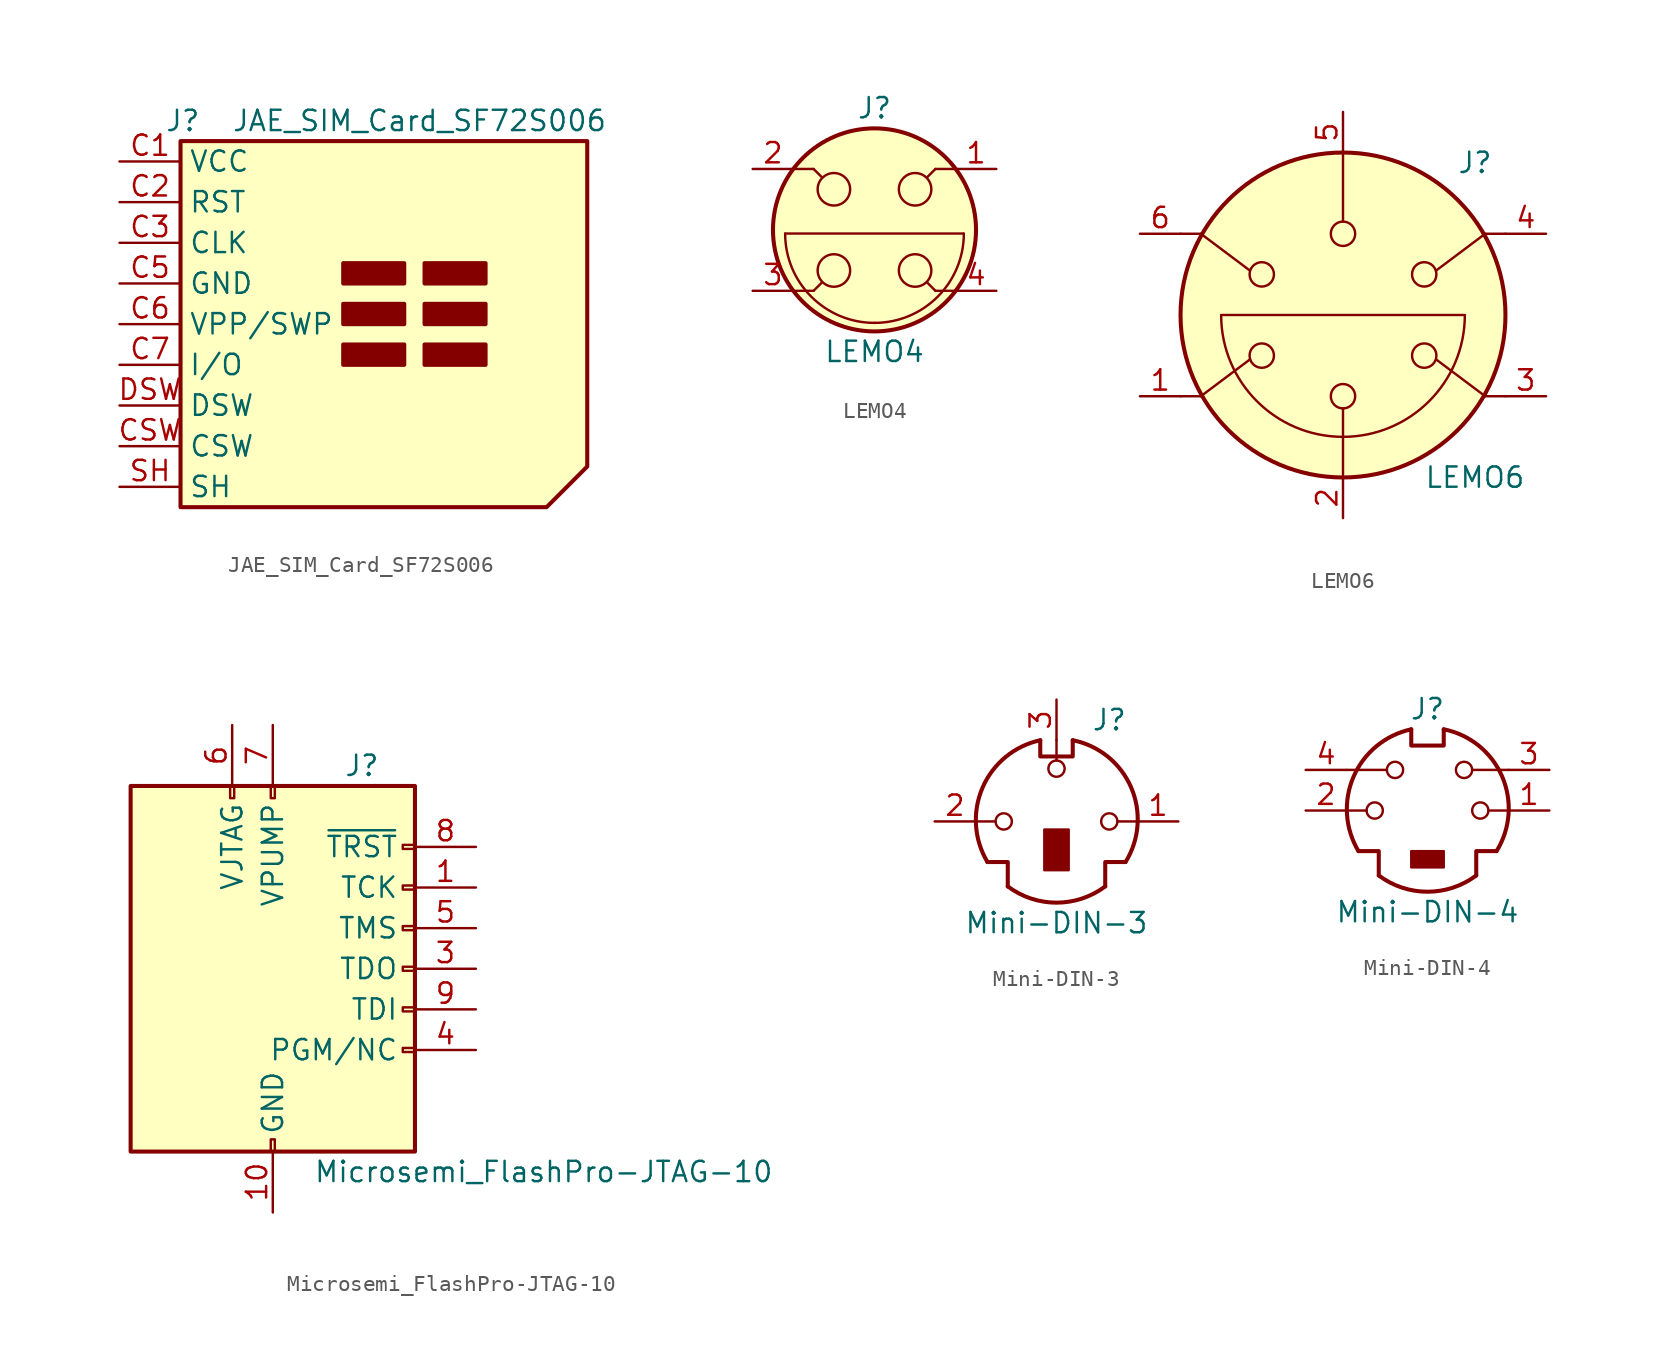
<source format=kicad_sym>
(kicad_symbol_lib
  (version 20220914)
  (generator kicad_symbol_editor)
  (symbol "JAE_SIM_Card_SF72S006"
    (property "Reference" "J"
      (at 5.08 12.7 0)
      (effects (font (size 1.27 1.27)) (justify right)))
    (property "Value" "JAE_SIM_Card_SF72S006"
      (at 30.48 12.7 0)
      (effects (font (size 1.27 1.27)) (justify right)))
    (symbol "JAE_SIM_Card_SF72S006_0_1"
      (polyline (pts (xy 3.81 11.43) (xy 3.81 -11.43) (xy 26.67 -11.43) (xy 29.21 -8.89) (xy 29.21 11.43) (xy 3.81 11.43)) (stroke (width 0.254) (type default)) (fill (type background)))
      (rectangle (start 13.97 -2.54) (end 17.78 -1.27) (stroke (width 0.254) (type default)) (fill (type outline)))
      (rectangle (start 13.97 0) (end 17.78 1.27) (stroke (width 0.254) (type default)) (fill (type outline)))
      (rectangle (start 13.97 2.54) (end 17.78 3.81) (stroke (width 0.254) (type default)) (fill (type outline)))
      (rectangle (start 19.05 -1.27) (end 22.86 -2.54) (stroke (width 0.254) (type default)) (fill (type outline)))
      (rectangle (start 19.05 0) (end 22.86 1.27) (stroke (width 0.254) (type default)) (fill (type outline)))
      (rectangle (start 19.05 2.54) (end 22.86 3.81) (stroke (width 0.254) (type default)) (fill (type outline))))
    (symbol "JAE_SIM_Card_SF72S006_1_1"
      (pin power_in line (at 0 10.16 0) (length 3.81) (name "VCC" (effects (font (size 1.27 1.27)))) (number "C1" (effects (font (size 1.27 1.27)))))
      (pin input line (at 0 7.62 0) (length 3.81) (name "RST" (effects (font (size 1.27 1.27)))) (number "C2" (effects (font (size 1.27 1.27)))))
      (pin input line (at 0 5.08 0) (length 3.81) (name "CLK" (effects (font (size 1.27 1.27)))) (number "C3" (effects (font (size 1.27 1.27)))))
      (pin power_in line (at 0 2.54 0) (length 3.81) (name "GND" (effects (font (size 1.27 1.27)))) (number "C5" (effects (font (size 1.27 1.27)))))
      (pin bidirectional line (at 0 0 0) (length 3.81) (name "VPP/SWP" (effects (font (size 1.27 1.27)))) (number "C6" (effects (font (size 1.27 1.27)))))
      (pin bidirectional line (at 0 -2.54 0) (length 3.81) (name "I/O" (effects (font (size 1.27 1.27)))) (number "C7" (effects (font (size 1.27 1.27)))))
      (pin passive line (at 0 -7.62 0) (length 3.81) (name "CSW" (effects (font (size 1.27 1.27)))) (number "CSW" (effects (font (size 1.27 1.27)))))
      (pin passive line (at 0 -5.08 0) (length 3.81) (name "DSW" (effects (font (size 1.27 1.27)))) (number "DSW" (effects (font (size 1.27 1.27)))))
      (pin passive line (at 0 -10.16 0) (length 3.81) (name "SH" (effects (font (size 1.27 1.27)))) (number "SH" (effects (font (size 1.27 1.27)))))))
  (symbol "LEMO4"
    (pin_names
      (offset 1.016) hide)
    (property "Reference" "J"
      (at 0 7.62 0)
      (effects (font (size 1.27 1.27))))
    (property "Value" "LEMO4"
      (at 0 -7.62 0)
      (effects (font (size 1.27 1.27))))
    (symbol "LEMO4_0_1"
      (arc (start -5.588 -0.2286) (mid -3.9513 -4.1799) (end 0 -5.8166) (stroke (width 0) (type default)) (fill (type none)))
      (circle (center -2.54 -2.54) (radius 1.016) (stroke (width 0) (type default)) (fill (type none)))
      (circle (center -2.54 2.54) (radius 1.016) (stroke (width 0) (type default)) (fill (type none)))
      (arc (start 0 -5.8166) (mid 3.9513 -4.1799) (end 5.588 -0.2286) (stroke (width 0) (type default)) (fill (type none)))
      (polyline (pts (xy -5.588 -0.229) (xy 5.563 -0.229)) (stroke (width 0) (type default)) (fill (type none)))
      (polyline (pts (xy -5.08 -3.81) (xy -3.81 -3.81)) (stroke (width 0) (type default)) (fill (type none)))
      (polyline (pts (xy -3.81 -3.81) (xy -3.302 -3.302)) (stroke (width 0) (type default)) (fill (type none)))
      (polyline (pts (xy -3.81 3.81) (xy -5.08 3.81)) (stroke (width 0) (type default)) (fill (type none)))
      (polyline (pts (xy -3.81 3.81) (xy -3.302 3.302)) (stroke (width 0) (type default)) (fill (type none)))
      (polyline (pts (xy 3.81 -3.81) (xy 3.302 -3.302)) (stroke (width 0) (type default)) (fill (type none)))
      (polyline (pts (xy 3.81 3.81) (xy 3.302 3.302)) (stroke (width 0) (type default)) (fill (type none)))
      (polyline (pts (xy 5.08 -3.81) (xy 3.81 -3.81)) (stroke (width 0) (type default)) (fill (type none)))
      (polyline (pts (xy 5.08 3.81) (xy 3.81 3.81)) (stroke (width 0) (type default)) (fill (type none)))
      (circle (center 0 0) (radius 6.35) (stroke (width 0.254) (type default)) (fill (type background)))
      (circle (center 2.54 -2.54) (radius 1.016) (stroke (width 0) (type default)) (fill (type none)))
      (circle (center 2.54 2.54) (radius 1.016) (stroke (width 0) (type default)) (fill (type none))))
    (symbol "LEMO4_1_1"
      (pin passive line (at 7.62 3.81 180) (length 2.54) (name "~" (effects (font (size 1.27 1.27)))) (number "1" (effects (font (size 1.27 1.27)))))
      (pin passive line (at -7.62 3.81 0) (length 2.54) (name "~" (effects (font (size 1.27 1.27)))) (number "2" (effects (font (size 1.27 1.27)))))
      (pin passive line (at -7.62 -3.81 0) (length 2.54) (name "~" (effects (font (size 1.27 1.27)))) (number "3" (effects (font (size 1.27 1.27)))))
      (pin passive line (at 7.62 -3.81 180) (length 2.54) (name "~" (effects (font (size 1.27 1.27)))) (number "4" (effects (font (size 1.27 1.27)))))))
  (symbol "LEMO6"
    (pin_names
      (offset 1.016) hide)
    (property "Reference" "J"
      (at 8.255 9.525 0)
      (effects (font (size 1.27 1.27))))
    (property "Value" "LEMO6"
      (at 8.255 -10.16 0)
      (effects (font (size 1.27 1.27))))
    (symbol "LEMO6_0_1"
      (arc (start -7.62 -0.0254) (mid -5.3882 -5.3882) (end -0.0254 -7.62) (stroke (width 0) (type default)) (fill (type none)))
      (circle (center -5.08 -2.54) (radius 0.762) (stroke (width 0) (type default)) (fill (type none)))
      (circle (center -5.08 2.54) (radius 0.762) (stroke (width 0) (type default)) (fill (type none)))
      (circle (center 0 -5.08) (radius 0.762) (stroke (width 0) (type default)) (fill (type none)))
      (polyline (pts (xy -10.16 5.08) (xy -8.89 5.08)) (stroke (width 0) (type default)) (fill (type none)))
      (polyline (pts (xy -8.89 -5.08) (xy -10.16 -5.08)) (stroke (width 0) (type default)) (fill (type none)))
      (polyline (pts (xy -8.89 -5.08) (xy -5.842 -2.794)) (stroke (width 0) (type default)) (fill (type none)))
      (polyline (pts (xy -8.89 5.08) (xy -5.842 2.794)) (stroke (width 0) (type default)) (fill (type none)))
      (polyline (pts (xy -7.62 0) (xy 7.62 0)) (stroke (width 0) (type default)) (fill (type none)))
      (polyline (pts (xy 0 -10.16) (xy 0 -5.842)) (stroke (width 0) (type default)) (fill (type none)))
      (polyline (pts (xy 0 10.16) (xy 0 5.842)) (stroke (width 0) (type default)) (fill (type none)))
      (polyline (pts (xy 8.89 -5.08) (xy 5.842 -2.794)) (stroke (width 0) (type default)) (fill (type none)))
      (polyline (pts (xy 8.89 -5.08) (xy 10.16 -5.08)) (stroke (width 0) (type default)) (fill (type none)))
      (polyline (pts (xy 8.89 5.08) (xy 5.842 2.794)) (stroke (width 0) (type default)) (fill (type none)))
      (polyline (pts (xy 10.16 5.08) (xy 8.89 5.08)) (stroke (width 0) (type default)) (fill (type none)))
      (circle (center 0 0) (radius 10.16) (stroke (width 0.254) (type default)) (fill (type background)))
      (circle (center 0 5.08) (radius 0.762) (stroke (width 0) (type default)) (fill (type none)))
      (arc (start 0.0254 -7.62) (mid 5.3882 -5.3882) (end 7.62 -0.0254) (stroke (width 0) (type default)) (fill (type none)))
      (circle (center 5.08 -2.54) (radius 0.762) (stroke (width 0) (type default)) (fill (type none)))
      (circle (center 5.08 2.54) (radius 0.762) (stroke (width 0) (type default)) (fill (type none))))
    (symbol "LEMO6_1_1"
      (pin passive line (at -12.7 -5.08 0) (length 2.54) (name "~" (effects (font (size 1.27 1.27)))) (number "1" (effects (font (size 1.27 1.27)))))
      (pin passive line (at 0 -12.7 90) (length 2.54) (name "~" (effects (font (size 1.27 1.27)))) (number "2" (effects (font (size 1.27 1.27)))))
      (pin passive line (at 12.7 -5.08 180) (length 2.54) (name "~" (effects (font (size 1.27 1.27)))) (number "3" (effects (font (size 1.27 1.27)))))
      (pin passive line (at 12.7 5.08 180) (length 2.54) (name "~" (effects (font (size 1.27 1.27)))) (number "4" (effects (font (size 1.27 1.27)))))
      (pin passive line (at 0 12.7 270) (length 2.54) (name "~" (effects (font (size 1.27 1.27)))) (number "5" (effects (font (size 1.27 1.27)))))
      (pin passive line (at -12.7 5.08 0) (length 2.54) (name "~" (effects (font (size 1.27 1.27)))) (number "6" (effects (font (size 1.27 1.27)))))))
  (symbol "Microsemi_FlashPro-JTAG-10"
    (pin_names
      (offset 1.016))
    (property "Reference" "J"
      (at 4.445 12.7 0)
      (effects (font (size 1.27 1.27)) (justify left)))
    (property "Value" "Microsemi_FlashPro-JTAG-10"
      (at 2.54 -12.7 0)
      (effects (font (size 1.27 1.27)) (justify left)))
    (symbol "Microsemi_FlashPro-JTAG-10_0_1"
      (rectangle (start -2.667 11.43) (end -2.413 10.668) (stroke (width 0) (type default)) (fill (type none)))
      (rectangle (start -0.127 -10.668) (end 0.127 -11.43) (stroke (width 0) (type default)) (fill (type none)))
      (rectangle (start -0.127 11.43) (end 0.127 10.668) (stroke (width 0) (type default)) (fill (type none)))
      (rectangle (start 8.89 -4.953) (end 8.128 -5.207) (stroke (width 0) (type default)) (fill (type none)))
      (rectangle (start 8.89 -2.413) (end 8.128 -2.667) (stroke (width 0) (type default)) (fill (type none)))
      (rectangle (start 8.89 0.127) (end 8.128 -0.127) (stroke (width 0) (type default)) (fill (type none)))
      (rectangle (start 8.89 2.667) (end 8.128 2.413) (stroke (width 0) (type default)) (fill (type none)))
      (rectangle (start 8.89 5.207) (end 8.128 4.953) (stroke (width 0) (type default)) (fill (type none)))
      (rectangle (start 8.89 7.747) (end 8.128 7.493) (stroke (width 0) (type default)) (fill (type none)))
      (rectangle (start 8.89 11.43) (end -8.89 -11.43) (stroke (width 0.254) (type default)) (fill (type background))))
    (symbol "Microsemi_FlashPro-JTAG-10_1_1"
      (pin passive line (at 12.7 5.08 180) (length 3.81) (name "TCK" (effects (font (size 1.27 1.27)))) (number "1" (effects (font (size 1.27 1.27)))))
      (pin power_in line (at 0 -15.24 90) (length 3.81) (name "GND" (effects (font (size 1.27 1.27)))) (number "10" (effects (font (size 1.27 1.27)))))
      (pin passive line (at 0 -15.24 90) (length 3.81) hide (name "GND" (effects (font (size 1.27 1.27)))) (number "2" (effects (font (size 1.27 1.27)))))
      (pin passive line (at 12.7 0 180) (length 3.81) (name "TDO" (effects (font (size 1.27 1.27)))) (number "3" (effects (font (size 1.27 1.27)))))
      (pin passive line (at 12.7 -5.08 180) (length 3.81) (name "PGM/NC" (effects (font (size 1.27 1.27)))) (number "4" (effects (font (size 1.27 1.27)))))
      (pin passive line (at 12.7 2.54 180) (length 3.81) (name "TMS" (effects (font (size 1.27 1.27)))) (number "5" (effects (font (size 1.27 1.27)))))
      (pin power_in line (at -2.54 15.24 270) (length 3.81) (name "VJTAG" (effects (font (size 1.27 1.27)))) (number "6" (effects (font (size 1.27 1.27)))))
      (pin power_out line (at 0 15.24 270) (length 3.81) (name "VPUMP" (effects (font (size 1.27 1.27)))) (number "7" (effects (font (size 1.27 1.27)))))
      (pin passive line (at 12.7 7.62 180) (length 3.81) (name "~{TRST}" (effects (font (size 1.27 1.27)))) (number "8" (effects (font (size 1.27 1.27)))))
      (pin passive line (at 12.7 -2.54 180) (length 3.81) (name "TDI" (effects (font (size 1.27 1.27)))) (number "9" (effects (font (size 1.27 1.27)))))))
  (symbol "Mini-DIN-3"
    (pin_names
      (offset 1.016))
    (property "Reference" "J"
      (at 3.302 6.35 0)
      (effects (font (size 1.27 1.27))))
    (property "Value" "Mini-DIN-3"
      (at 0 -6.35 0)
      (effects (font (size 1.27 1.27))))
    (symbol "Mini-DIN-3_0_1"
      (circle (center -3.302 0) (radius 0.508) (stroke (width 0) (type default)) (fill (type none)))
      (arc (start -3.048 -4.064) (mid 0 -5.08) (end 3.048 -4.064) (stroke (width 0.254) (type default)) (fill (type none)))
      (arc (start -1.016 5.08) (mid -4.6228 2.1214) (end -4.318 -2.54) (stroke (width 0.254) (type default)) (fill (type none)))
      (rectangle (start -0.762 -0.508) (end 0.762 -3.048) (stroke (width 0) (type default)) (fill (type outline)))
      (polyline (pts (xy -3.81 0) (xy -5.08 0)) (stroke (width 0) (type default)) (fill (type none)))
      (polyline (pts (xy 0 3.81) (xy 0 5.08)) (stroke (width 0) (type default)) (fill (type none)))
      (polyline (pts (xy 5.08 0) (xy 3.81 0)) (stroke (width 0) (type default)) (fill (type none)))
      (polyline (pts (xy -4.318 -2.54) (xy -3.048 -2.54) (xy -3.048 -4.064)) (stroke (width 0.254) (type default)) (fill (type none)))
      (polyline (pts (xy 4.318 -2.54) (xy 3.048 -2.54) (xy 3.048 -4.064)) (stroke (width 0.254) (type default)) (fill (type none)))
      (polyline (pts (xy -1.016 5.08) (xy -1.016 4.064) (xy 1.016 4.064) (xy 1.016 5.08)) (stroke (width 0.254) (type default)) (fill (type none)))
      (circle (center 0 3.302) (radius 0.508) (stroke (width 0) (type default)) (fill (type none)))
      (circle (center 3.302 0) (radius 0.508) (stroke (width 0) (type default)) (fill (type none)))
      (arc (start 4.318 -2.54) (mid 4.6661 2.1322) (end 1.016 5.08) (stroke (width 0.254) (type default)) (fill (type none))))
    (symbol "Mini-DIN-3_1_1"
      (pin passive line (at 7.62 0 180) (length 2.54) (name "~" (effects (font (size 1.27 1.27)))) (number "1" (effects (font (size 1.27 1.27)))))
      (pin passive line (at -7.62 0 0) (length 2.54) (name "~" (effects (font (size 1.27 1.27)))) (number "2" (effects (font (size 1.27 1.27)))))
      (pin passive line (at 0 7.62 270) (length 2.54) (name "~" (effects (font (size 1.27 1.27)))) (number "3" (effects (font (size 1.27 1.27)))))))
  (symbol "Mini-DIN-4"
    (pin_names
      (offset 1.016))
    (property "Reference" "J"
      (at 0 6.35 0)
      (effects (font (size 1.27 1.27))))
    (property "Value" "Mini-DIN-4"
      (at 0 -6.35 0)
      (effects (font (size 1.27 1.27))))
    (symbol "Mini-DIN-4_0_1"
      (circle (center -3.302 0) (radius 0.508) (stroke (width 0) (type default)) (fill (type none)))
      (arc (start -3.048 -4.064) (mid 0 -5.08) (end 3.048 -4.064) (stroke (width 0.254) (type default)) (fill (type none)))
      (circle (center -2.032 2.54) (radius 0.508) (stroke (width 0) (type default)) (fill (type none)))
      (rectangle (start -1.016 -2.54) (end 1.016 -3.556) (stroke (width 0) (type default)) (fill (type outline)))
      (arc (start -1.016 5.08) (mid -4.6228 2.1214) (end -4.318 -2.54) (stroke (width 0.254) (type default)) (fill (type none)))
      (polyline (pts (xy -3.81 0) (xy -5.08 0)) (stroke (width 0) (type default)) (fill (type none)))
      (polyline (pts (xy -2.54 2.54) (xy -5.08 2.54)) (stroke (width 0) (type default)) (fill (type none)))
      (polyline (pts (xy 2.794 2.54) (xy 5.08 2.54)) (stroke (width 0) (type default)) (fill (type none)))
      (polyline (pts (xy 5.08 0) (xy 3.81 0)) (stroke (width 0) (type default)) (fill (type none)))
      (polyline (pts (xy -4.318 -2.54) (xy -3.048 -2.54) (xy -3.048 -4.064)) (stroke (width 0.254) (type default)) (fill (type none)))
      (polyline (pts (xy 4.318 -2.54) (xy 3.048 -2.54) (xy 3.048 -4.064)) (stroke (width 0.254) (type default)) (fill (type none)))
      (polyline (pts (xy -1.016 5.08) (xy -1.016 4.064) (xy 1.016 4.064) (xy 1.016 5.08)) (stroke (width 0.254) (type default)) (fill (type none)))
      (circle (center 2.286 2.54) (radius 0.508) (stroke (width 0) (type default)) (fill (type none)))
      (circle (center 3.302 0) (radius 0.508) (stroke (width 0) (type default)) (fill (type none)))
      (arc (start 4.318 -2.54) (mid 4.6661 2.1322) (end 1.016 5.08) (stroke (width 0.254) (type default)) (fill (type none))))
    (symbol "Mini-DIN-4_1_1"
      (pin passive line (at 7.62 0 180) (length 2.54) (name "~" (effects (font (size 1.27 1.27)))) (number "1" (effects (font (size 1.27 1.27)))))
      (pin passive line (at -7.62 0 0) (length 2.54) (name "~" (effects (font (size 1.27 1.27)))) (number "2" (effects (font (size 1.27 1.27)))))
      (pin passive line (at 7.62 2.54 180) (length 2.54) (name "~" (effects (font (size 1.27 1.27)))) (number "3" (effects (font (size 1.27 1.27)))))
      (pin passive line (at -7.62 2.54 0) (length 2.54) (name "~" (effects (font (size 1.27 1.27)))) (number "4" (effects (font (size 1.27 1.27))))))))
</source>
